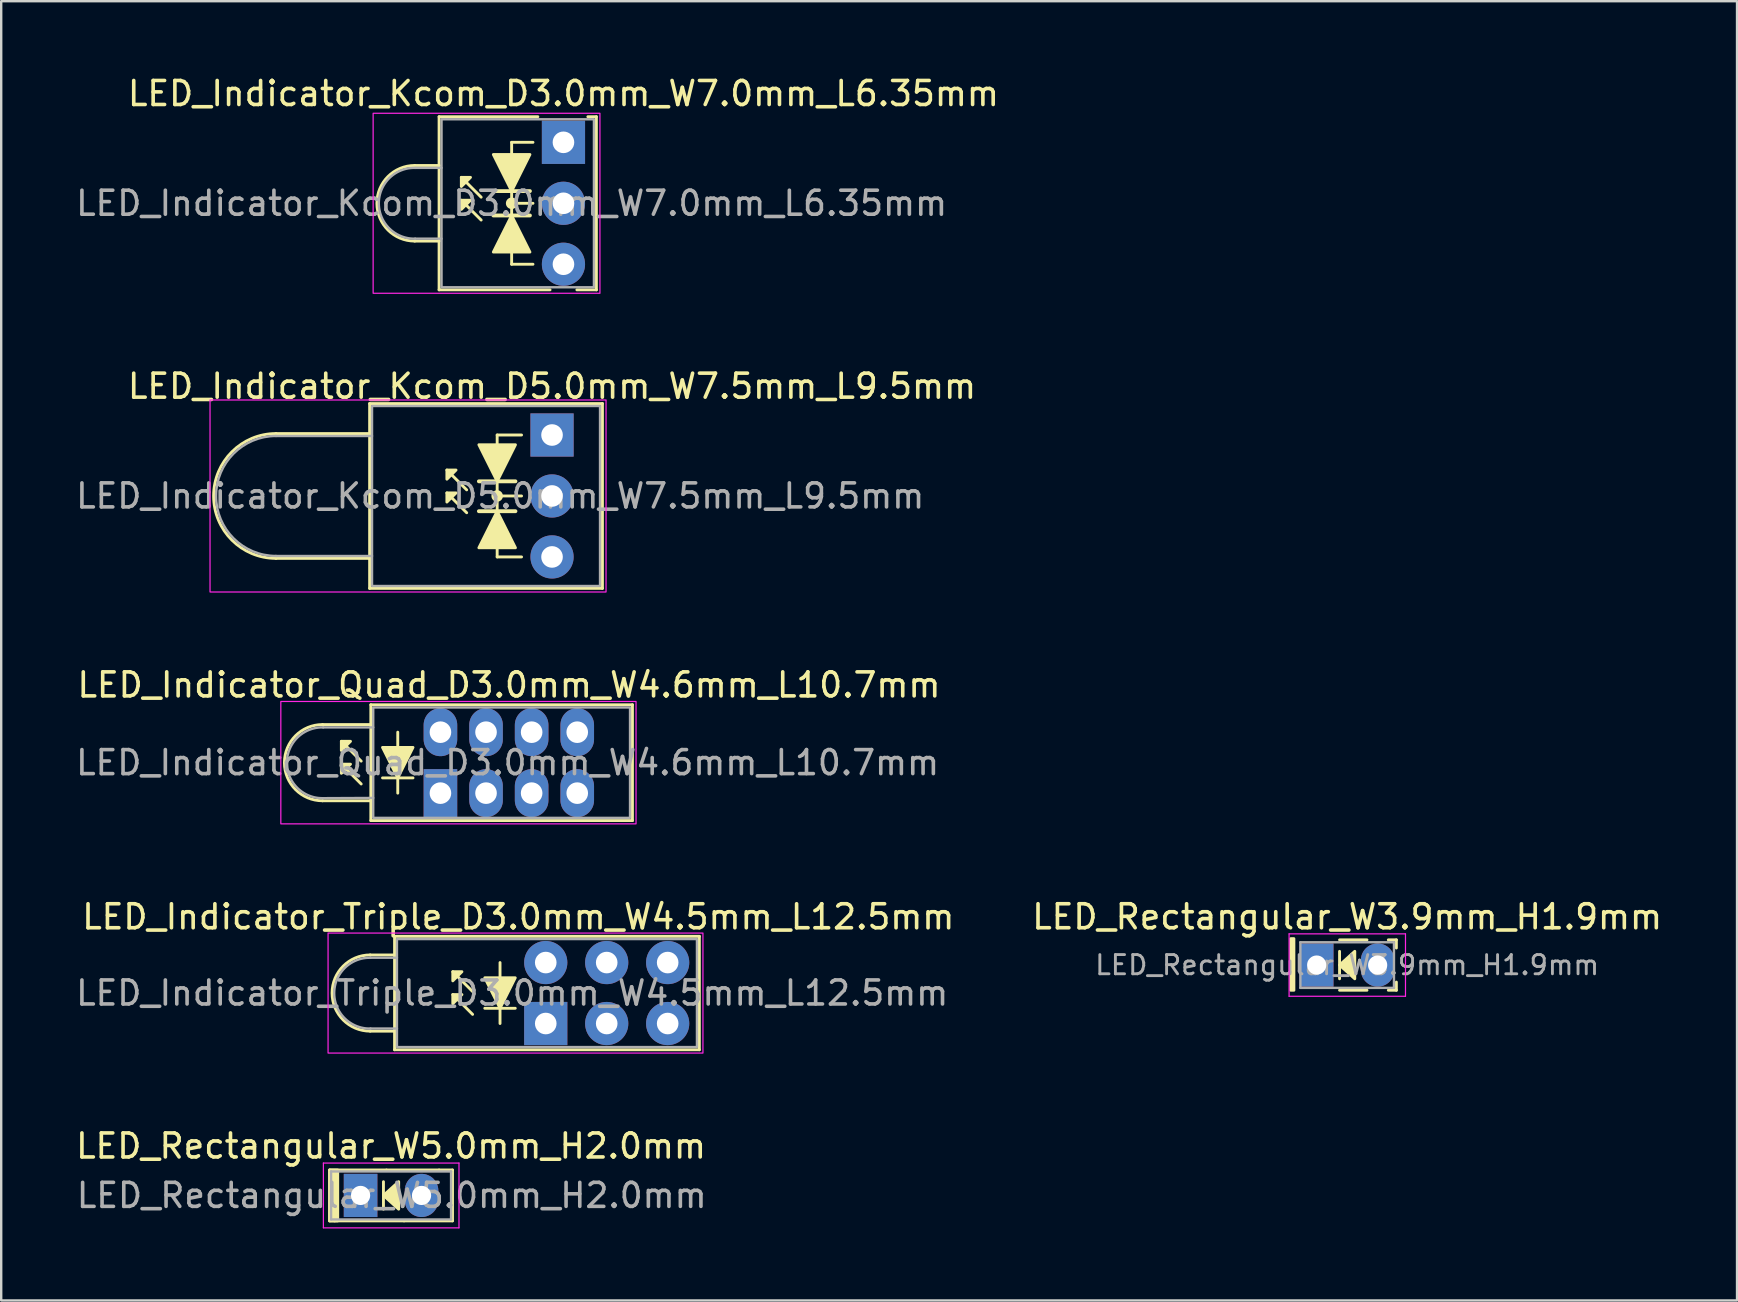
<source format=kicad_pcb>
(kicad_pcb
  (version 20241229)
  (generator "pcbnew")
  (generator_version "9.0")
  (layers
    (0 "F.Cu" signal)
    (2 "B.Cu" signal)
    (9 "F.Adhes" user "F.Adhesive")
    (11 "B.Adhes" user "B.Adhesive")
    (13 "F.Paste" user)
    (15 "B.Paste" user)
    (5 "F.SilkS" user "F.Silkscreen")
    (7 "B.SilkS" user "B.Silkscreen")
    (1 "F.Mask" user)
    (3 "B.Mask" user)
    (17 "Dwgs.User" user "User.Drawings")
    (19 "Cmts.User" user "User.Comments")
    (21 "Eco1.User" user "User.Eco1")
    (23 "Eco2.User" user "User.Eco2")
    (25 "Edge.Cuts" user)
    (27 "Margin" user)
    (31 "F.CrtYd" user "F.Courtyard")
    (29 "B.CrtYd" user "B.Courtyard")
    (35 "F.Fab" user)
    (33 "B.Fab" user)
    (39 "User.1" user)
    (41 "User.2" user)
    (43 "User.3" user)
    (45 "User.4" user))
  (footprint "LED_Indicator_Kcom_D5.0mm_W7.5mm_L9.5mm"
    (layer "F.Cu")
    (at 19.951 15.075)
    (property "Reference" "LED_Indicator_Kcom_D5.0mm_W7.5mm_L9.5mm" (at 0 -2.032 0) (layer "F.SilkS") (effects (font (size 1 1) (thickness 0.15))))
    (fp_line (start -11.5 -0.06) (end -7.6 -0.06) (stroke (width 0.12) (type default)) (layer "F.SilkS"))
    (fp_line (start -7.6 -1.31) (end 2.1 -1.31) (stroke (width 0.12) (type default)) (layer "F.SilkS"))
    (fp_line (start -7.6 -0.06) (end -7.6 -1.31) (stroke (width 0.12) (type default)) (layer "F.SilkS"))
    (fp_line (start -7.6 5.14) (end -11.5 5.14) (stroke (width 0.12) (type default)) (layer "F.SilkS"))
    (fp_line (start -7.6 5.14) (end -7.6 -0.06) (stroke (width 0.12) (type default)) (layer "F.SilkS"))
    (fp_line (start -7.6 6.39) (end -7.6 5.14) (stroke (width 0.12) (type default)) (layer "F.SilkS"))
    (fp_line (start -3.556 2.286) (end -4.381 1.46) (stroke (width 0.12) (type solid)) (layer "F.SilkS"))
    (fp_line (start -3.556 3.239) (end -4.381 2.413) (stroke (width 0.12) (type solid)) (layer "F.SilkS"))
    (fp_line (start -3.048 3.175) (end -1.524 3.175) (stroke (width 0.16) (type default)) (layer "F.SilkS"))
    (fp_line (start -2.286 0) (end -2.286 5.08) (stroke (width 0.12) (type default)) (layer "F.SilkS"))
    (fp_line (start -2.286 5.08) (end -1.27 5.08) (stroke (width 0.12) (type default)) (layer "F.SilkS"))
    (fp_line (start -1.524 1.93) (end -3.048 1.93) (stroke (width 0.16) (type default)) (layer "F.SilkS"))
    (fp_line (start -1.27 0) (end -2.286 0) (stroke (width 0.12) (type default)) (layer "F.SilkS"))
    (fp_line (start -1.27 2.54) (end -2.286 2.54) (stroke (width 0.12) (type default)) (layer "F.SilkS"))
    (fp_line (start 2.1 -1.31) (end 2.1 6.39) (stroke (width 0.12) (type default)) (layer "F.SilkS"))
    (fp_line (start 2.1 6.39) (end -7.6 6.39) (stroke (width 0.12) (type default)) (layer "F.SilkS"))
    (fp_arc (start -11.5 5.14) (mid -14.1 2.54) (end -11.5 -0.06) (stroke (width 0.12) (type default)) (layer "F.SilkS"))
    (fp_circle (center -2.286 2.54) (end -2.159 2.413) (stroke (width 0.12) (type default)) (fill yes) (layer "F.SilkS"))
    (fp_poly (pts (xy -4 1.46) (xy -4.381 1.841) (xy -4.381 1.46)) (stroke (width 0.12) (type solid)) (fill yes) (layer "F.SilkS"))
    (fp_poly (pts (xy -4 2.413) (xy -4.381 2.794) (xy -4.381 2.413)) (stroke (width 0.12) (type solid)) (fill yes) (layer "F.SilkS"))
    (fp_poly (pts (xy -2.286 1.93) (xy -3.048 0.406) (xy -1.524 0.406)) (stroke (width 0.12) (type solid)) (fill yes) (layer "F.SilkS"))
    (fp_poly (pts (xy -2.286 3.175) (xy -1.524 4.699) (xy -3.048 4.699)) (stroke (width 0.12) (type solid)) (fill yes) (layer "F.SilkS"))
    (fp_rect (start -14.25 -1.46) (end 2.25 6.54) (stroke (width 0.05) (type default)) (fill no) (layer "F.CrtYd"))
    (fp_line (start -11.5 0.04) (end -7.5 0.04) (stroke (width 0.1) (type default)) (layer "F.Fab"))
    (fp_line (start -11.5 5.04) (end -7.5 5.04) (stroke (width 0.1) (type default)) (layer "F.Fab"))
    (fp_rect (start -7.5 -1.21) (end 2 6.29) (stroke (width 0.1) (type default)) (fill no) (layer "F.Fab"))
    (fp_arc (start -11.5 5.04) (mid -14 2.54) (end -11.5 0.04) (stroke (width 0.1) (type default)) (layer "F.Fab"))
    (fp_text user "${REFERENCE}" (at -2.159 2.54 0) (layer "F.Fab") (effects (font (size 1 1) (thickness 0.15))))
    (pad "1" thru_hole rect (at 0 0) (size 1.8 1.8) (drill 0.9) (layers "*.Cu" "*.Mask"))
    (pad "2" thru_hole circle (at 0 2.54) (size 1.8 1.8) (drill 0.9) (layers "*.Cu" "*.Mask"))
    (pad "3" thru_hole circle (at 0 5.08) (size 1.8 1.8) (drill 0.9) (layers "*.Cu" "*.Mask")))
  (footprint "LED_Rectangular_W5.0mm_H2.0mm"
    (layer "F.Cu")
    (at 11.974 46.759)
    (property "Reference" "LED_Rectangular_W5.0mm_H2.0mm" (at 1.27 -2.06 0) (layer "F.SilkS") (effects (font (size 1 1) (thickness 0.15))))
    (fp_line (start -1.29 -1.06) (end -1.29 1.06) (stroke (width 0.12) (type solid)) (layer "F.SilkS"))
    (fp_line (start -1.29 -1.06) (end 1.08 -1.06) (stroke (width 0.12) (type solid)) (layer "F.SilkS"))
    (fp_line (start -1.29 1.06) (end -1.08 1.06) (stroke (width 0.12) (type solid)) (layer "F.SilkS"))
    (fp_line (start -1.08 1.06) (end 1.811 1.06) (stroke (width 0.12) (type solid)) (layer "F.SilkS"))
    (fp_line (start 0.953 -0.572) (end 0.953 0.572) (stroke (width 0.12) (type solid)) (layer "F.SilkS"))
    (fp_line (start 1.08 -1.06) (end 3.27 -1.06) (stroke (width 0.12) (type solid)) (layer "F.SilkS"))
    (fp_line (start 1.811 1.06) (end 3.83 1.06) (stroke (width 0.12) (type solid)) (layer "F.SilkS"))
    (fp_line (start 3.27 -1.06) (end 3.83 -1.06) (stroke (width 0.12) (type solid)) (layer "F.SilkS"))
    (fp_line (start 3.83 -1.06) (end 3.83 1.06) (stroke (width 0.12) (type solid)) (layer "F.SilkS"))
    (fp_rect (start -1.29 -1.06) (end -0.953 1.06) (stroke (width 0.12) (type solid)) (fill yes) (layer "F.SilkS"))
    (fp_poly (pts (xy 1.587 0.572) (xy 0.953 0) (xy 1.587 -0.572)) (stroke (width 0.12) (type solid)) (fill yes) (layer "F.SilkS"))
    (fp_line (start -1.55 -1.35) (end -1.55 1.35) (stroke (width 0.05) (type solid)) (layer "F.CrtYd"))
    (fp_line (start -1.55 1.35) (end 4.1 1.35) (stroke (width 0.05) (type solid)) (layer "F.CrtYd"))
    (fp_line (start 4.1 -1.35) (end -1.55 -1.35) (stroke (width 0.05) (type solid)) (layer "F.CrtYd"))
    (fp_line (start 4.1 1.35) (end 4.1 -1.35) (stroke (width 0.05) (type solid)) (layer "F.CrtYd"))
    (fp_line (start -1.23 -1) (end -1.23 1) (stroke (width 0.1) (type solid)) (layer "F.Fab"))
    (fp_line (start -1.23 1) (end 3.77 1) (stroke (width 0.1) (type solid)) (layer "F.Fab"))
    (fp_line (start 3.77 -1) (end -1.23 -1) (stroke (width 0.1) (type solid)) (layer "F.Fab"))
    (fp_line (start 3.77 1) (end 3.77 -1) (stroke (width 0.1) (type solid)) (layer "F.Fab"))
    (fp_text user "${REFERENCE}" (at 1.3 0 0) (layer "F.Fab") (effects (font (size 1 1) (thickness 0.15))))
    (pad "1" thru_hole rect (at 0 0) (size 1.4 1.8) (drill 0.8) (layers "*.Cu" "*.Mask"))
    (pad "2" thru_hole oval (at 2.54 0) (size 1.4 1.8) (drill 0.8) (layers "*.Cu" "*.Mask")))
  (footprint "LED_Indicator_Triple_D3.0mm_W4.5mm_L12.5mm"
    (layer "F.Cu")
    (at 19.689 39.596)
    (property "Reference" "LED_Indicator_Triple_D3.0mm_W4.5mm_L12.5mm" (at -1.143 -4.445 0) (layer "F.SilkS") (effects (font (size 1 1) (thickness 0.15))))
    (fp_line (start -6.299 -3.633) (end -6.299 1.093) (stroke (width 0.12) (type default)) (layer "F.SilkS"))
    (fp_line (start -6.299 -2.857) (end -7.315 -2.857) (stroke (width 0.12) (type default)) (layer "F.SilkS"))
    (fp_line (start -6.299 0.318) (end -7.315 0.318) (stroke (width 0.12) (type default)) (layer "F.SilkS"))
    (fp_line (start -6.299 1.093) (end 6.4 1.093) (stroke (width 0.12) (type default)) (layer "F.SilkS"))
    (fp_line (start -3.048 -1.333) (end -3.873 -2.159) (stroke (width 0.12) (type solid)) (layer "F.SilkS"))
    (fp_line (start -3.048 -0.381) (end -3.873 -1.206) (stroke (width 0.12) (type solid)) (layer "F.SilkS"))
    (fp_line (start -2.54 -0.635) (end -1.27 -0.635) (stroke (width 0.12) (type solid)) (layer "F.SilkS"))
    (fp_line (start -1.905 -2.54) (end -1.905 -1.905) (stroke (width 0.12) (type solid)) (layer "F.SilkS"))
    (fp_line (start -1.905 -0.635) (end -1.905 0) (stroke (width 0.12) (type solid)) (layer "F.SilkS"))
    (fp_line (start 6.4 -3.633) (end -6.299 -3.633) (stroke (width 0.12) (type default)) (layer "F.SilkS"))
    (fp_line (start 6.4 1.093) (end 6.4 -3.633) (stroke (width 0.12) (type default)) (layer "F.SilkS"))
    (fp_arc (start -7.315 0.3175) (mid -8.9025 -1.27) (end -7.315 -2.8575) (stroke (width 0.12) (type default)) (layer "F.SilkS"))
    (fp_poly (pts (xy -3.493 -2.159) (xy -3.873 -1.778) (xy -3.873 -2.159)) (stroke (width 0.12) (type solid)) (fill yes) (layer "F.SilkS"))
    (fp_poly (pts (xy -3.493 -1.206) (xy -3.873 -0.826) (xy -3.873 -1.206)) (stroke (width 0.12) (type solid)) (fill yes) (layer "F.SilkS"))
    (fp_poly (pts (xy -1.27 -1.905) (xy -1.905 -0.635) (xy -2.54 -1.905)) (stroke (width 0.12) (type solid)) (fill yes) (layer "F.SilkS"))
    (fp_rect (start -9.07 -3.77) (end 6.55 1.23) (stroke (width 0.05) (type default)) (fill no) (layer "F.CrtYd"))
    (fp_line (start -6.2 -2.74) (end -7.3 -2.74) (stroke (width 0.1) (type default)) (layer "F.Fab"))
    (fp_line (start -6.2 0.21) (end -7.3 0.21) (stroke (width 0.1) (type default)) (layer "F.Fab"))
    (fp_rect (start -6.2 -3.52) (end 6.3 0.98) (stroke (width 0.1) (type default)) (fill no) (layer "F.Fab"))
    (fp_arc (start -7.3 0.21) (mid -8.815305 -1.265) (end -7.3 -2.74) (stroke (width 0.1) (type default)) (layer "F.Fab"))
    (fp_text user "${REFERENCE}" (at -1.397 -1.27 0) (layer "F.Fab") (effects (font (size 1 1) (thickness 0.15))))
    (pad "1" thru_hole rect (at 0 0) (size 1.8 1.8) (drill 0.9) (layers "*.Cu" "*.Mask"))
    (pad "2" thru_hole circle (at 2.54 0) (size 1.8 1.8) (drill 0.9) (layers "*.Cu" "*.Mask"))
    (pad "3" thru_hole circle (at 5.08 0) (size 1.8 1.8) (drill 0.9) (layers "*.Cu" "*.Mask"))
    (pad "4" thru_hole oval (at 5.08 -2.54) (size 1.8 1.8) (drill 0.9) (layers "*.Cu" "*.Mask"))
    (pad "5" thru_hole oval (at 2.54 -2.54) (size 1.8 1.8) (drill 0.9) (layers "*.Cu" "*.Mask"))
    (pad "6" thru_hole oval (at 0 -2.54) (size 1.8 1.8) (drill 0.9) (layers "*.Cu" "*.Mask")))
  (footprint "LED_Indicator_Quad_D3.0mm_W4.6mm_L10.7mm"
    (layer "F.Cu")
    (at 15.301 29.997)
    (property "Reference" "LED_Indicator_Quad_D3.0mm_W4.6mm_L10.7mm" (at 2.857 -4.508 0) (layer "F.SilkS") (effects (font (size 1 1) (thickness 0.15))))
    (fp_line (start -3.302 -1.333) (end -4.128 -2.159) (stroke (width 0.12) (type solid)) (layer "F.SilkS"))
    (fp_line (start -3.302 -0.381) (end -4.128 -1.206) (stroke (width 0.12) (type solid)) (layer "F.SilkS"))
    (fp_line (start -2.9 -3.683) (end -2.9 1.143) (stroke (width 0.12) (type default)) (layer "F.SilkS"))
    (fp_line (start -2.9 -2.857) (end -4.912 -2.857) (stroke (width 0.12) (type default)) (layer "F.SilkS"))
    (fp_line (start -2.9 0.318) (end -4.912 0.318) (stroke (width 0.12) (type default)) (layer "F.SilkS"))
    (fp_line (start -2.9 1.143) (end 8 1.143) (stroke (width 0.12) (type default)) (layer "F.SilkS"))
    (fp_line (start -2.413 -0.635) (end -1.143 -0.635) (stroke (width 0.12) (type solid)) (layer "F.SilkS"))
    (fp_line (start -1.778 -2.54) (end -1.778 -1.905) (stroke (width 0.12) (type solid)) (layer "F.SilkS"))
    (fp_line (start -1.778 -0.635) (end -1.778 0) (stroke (width 0.12) (type solid)) (layer "F.SilkS"))
    (fp_line (start 8 -3.683) (end -2.9 -3.683) (stroke (width 0.12) (type default)) (layer "F.SilkS"))
    (fp_line (start 8 1.143) (end 8 -3.683) (stroke (width 0.12) (type default)) (layer "F.SilkS"))
    (fp_arc (start -4.9125 0.3175) (mid -6.5 -1.27) (end -4.9125 -2.8575) (stroke (width 0.12) (type default)) (layer "F.SilkS"))
    (fp_poly (pts (xy -3.747 -2.159) (xy -4.128 -1.778) (xy -4.128 -2.159)) (stroke (width 0.12) (type solid)) (fill yes) (layer "F.SilkS"))
    (fp_poly (pts (xy -3.747 -1.206) (xy -4.128 -0.826) (xy -4.128 -1.206)) (stroke (width 0.12) (type solid)) (fill yes) (layer "F.SilkS"))
    (fp_poly (pts (xy -1.143 -1.905) (xy -1.778 -0.635) (xy -2.413 -1.905)) (stroke (width 0.12) (type solid)) (fill yes) (layer "F.SilkS"))
    (fp_rect (start -6.65 -3.82) (end 8.15 1.28) (stroke (width 0.05) (type default)) (fill no) (layer "F.CrtYd"))
    (fp_line (start -2.8 -2.74) (end -4.885 -2.74) (stroke (width 0.1) (type default)) (layer "F.Fab"))
    (fp_line (start -2.8 0.2) (end -4.885 0.21) (stroke (width 0.1) (type default)) (layer "F.Fab"))
    (fp_rect (start -2.8 -3.57) (end 7.9 1.03) (stroke (width 0.1) (type default)) (fill no) (layer "F.Fab"))
    (fp_arc (start -4.884695 0.21) (mid -6.4 -1.265) (end -4.884695 -2.74) (stroke (width 0.1) (type default)) (layer "F.Fab"))
    (fp_text user "${REFERENCE}" (at 2.8 -1.27 0) (layer "F.Fab") (effects (font (size 1 1) (thickness 0.15))))
    (pad "1" thru_hole rect (at 0 0) (size 1.4 2) (drill 0.9) (layers "*.Cu" "*.Mask"))
    (pad "2" thru_hole oval (at 1.9 0) (size 1.4 2) (drill 0.9) (layers "*.Cu" "*.Mask"))
    (pad "3" thru_hole oval (at 3.8 0) (size 1.4 2) (drill 0.9) (layers "*.Cu" "*.Mask"))
    (pad "4" thru_hole oval (at 5.7 0) (size 1.4 2) (drill 0.9) (layers "*.Cu" "*.Mask"))
    (pad "5" thru_hole oval (at 5.7 -2.54) (size 1.4 2) (drill 0.9) (layers "*.Cu" "*.Mask"))
    (pad "6" thru_hole oval (at 3.8 -2.54) (size 1.4 2) (drill 0.9) (layers "*.Cu" "*.Mask"))
    (pad "7" thru_hole oval (at 1.9 -2.54) (size 1.4 2) (drill 0.9) (layers "*.Cu" "*.Mask"))
    (pad "8" thru_hole oval (at 0 -2.54) (size 1.4 2) (drill 0.9) (layers "*.Cu" "*.Mask")))
  (footprint "LED_Indicator_Kcom_D3.0mm_W7.0mm_L6.35mm"
    (layer "F.Cu")
    (at 20.427 2.88)
    (property "Reference" "LED_Indicator_Kcom_D3.0mm_W7.0mm_L6.35mm" (at 0 -2.032 0) (layer "F.SilkS") (effects (font (size 1 1) (thickness 0.15))))
    (fp_line (start -5.182 -1.067) (end -5.182 0.965) (stroke (width 0.12) (type default)) (layer "F.SilkS"))
    (fp_line (start -5.182 -1.067) (end -1.067 -1.067) (stroke (width 0.12) (type default)) (layer "F.SilkS"))
    (fp_line (start -5.182 0.965) (end -6.198 0.965) (stroke (width 0.12) (type default)) (layer "F.SilkS"))
    (fp_line (start -5.182 4.115) (end -6.198 4.115) (stroke (width 0.12) (type default)) (layer "F.SilkS"))
    (fp_line (start -5.182 4.115) (end -5.182 0.965) (stroke (width 0.12) (type default)) (layer "F.SilkS"))
    (fp_line (start -5.182 6.147) (end -5.182 4.115) (stroke (width 0.12) (type default)) (layer "F.SilkS"))
    (fp_line (start -3.429 2.286) (end -4.255 1.46) (stroke (width 0.12) (type solid)) (layer "F.SilkS"))
    (fp_line (start -3.429 3.239) (end -4.255 2.413) (stroke (width 0.12) (type solid)) (layer "F.SilkS"))
    (fp_line (start -2.159 0) (end -2.159 0.508) (stroke (width 0.12) (type default)) (layer "F.SilkS"))
    (fp_line (start -2.159 2.032) (end -2.921 2.032) (stroke (width 0.16) (type default)) (layer "F.SilkS"))
    (fp_line (start -2.159 2.032) (end -2.159 2.54) (stroke (width 0.12) (type default)) (layer "F.SilkS"))
    (fp_line (start -2.159 2.032) (end -1.397 2.032) (stroke (width 0.16) (type default)) (layer "F.SilkS"))
    (fp_line (start -2.159 2.54) (end -1.27 2.54) (stroke (width 0.12) (type default)) (layer "F.SilkS"))
    (fp_line (start -2.159 3.048) (end -2.921 3.048) (stroke (width 0.16) (type default)) (layer "F.SilkS"))
    (fp_line (start -2.159 3.048) (end -2.159 2.54) (stroke (width 0.12) (type default)) (layer "F.SilkS"))
    (fp_line (start -2.159 3.048) (end -1.397 3.048) (stroke (width 0.16) (type default)) (layer "F.SilkS"))
    (fp_line (start -2.159 5.08) (end -2.159 4.572) (stroke (width 0.12) (type default)) (layer "F.SilkS"))
    (fp_line (start -2.159 5.08) (end -1.27 5.08) (stroke (width 0.12) (type default)) (layer "F.SilkS"))
    (fp_line (start -1.27 0) (end -2.159 0) (stroke (width 0.12) (type default)) (layer "F.SilkS"))
    (fp_line (start -0.559 6.147) (end -5.182 6.147) (stroke (width 0.12) (type default)) (layer "F.SilkS"))
    (fp_line (start 1.016 -1.067) (end 1.372 -1.067) (stroke (width 0.12) (type default)) (layer "F.SilkS"))
    (fp_line (start 1.372 -1.067) (end 1.372 6.147) (stroke (width 0.12) (type default)) (layer "F.SilkS"))
    (fp_line (start 1.372 6.147) (end 0.559 6.147) (stroke (width 0.12) (type default)) (layer "F.SilkS"))
    (fp_arc (start -6.1976 4.1148) (mid -7.7724 2.54) (end -6.1976 0.9652) (stroke (width 0.12) (type default)) (layer "F.SilkS"))
    (fp_circle (center -2.159 2.54) (end -2.032 2.413) (stroke (width 0.12) (type default)) (fill yes) (layer "F.SilkS"))
    (fp_poly (pts (xy -3.873 1.46) (xy -4.255 1.841) (xy -4.255 1.46)) (stroke (width 0.12) (type solid)) (fill yes) (layer "F.SilkS"))
    (fp_poly (pts (xy -3.873 2.413) (xy -4.255 2.794) (xy -4.255 2.413)) (stroke (width 0.12) (type solid)) (fill yes) (layer "F.SilkS"))
    (fp_poly (pts (xy -2.159 2.032) (xy -2.921 0.508) (xy -1.397 0.508)) (stroke (width 0.12) (type solid)) (fill yes) (layer "F.SilkS"))
    (fp_poly (pts (xy -2.159 3.048) (xy -1.397 4.572) (xy -2.921 4.572)) (stroke (width 0.12) (type solid)) (fill yes) (layer "F.SilkS"))
    (fp_rect (start -7.93 -1.21) (end 1.52 6.29) (stroke (width 0.05) (type default)) (fill no) (layer "F.CrtYd"))
    (fp_line (start -5.08 1.065) (end -6.18 1.065) (stroke (width 0.1) (type default)) (layer "F.Fab"))
    (fp_line (start -5.08 4.015) (end -6.18 4.015) (stroke (width 0.1) (type default)) (layer "F.Fab"))
    (fp_rect (start -5.08 -0.96) (end 1.27 6.04) (stroke (width 0.1) (type default)) (fill no) (layer "F.Fab"))
    (fp_arc (start -6.18 4.015) (mid -7.695305 2.54) (end -6.18 1.065) (stroke (width 0.1) (type default)) (layer "F.Fab"))
    (fp_text user "${REFERENCE}" (at -2.159 2.54 0) (layer "F.Fab") (effects (font (size 1 1) (thickness 0.15))))
    (pad "1" thru_hole rect (at 0 0) (size 1.8 1.8) (drill 0.9) (layers "*.Cu" "*.Mask"))
    (pad "2" thru_hole circle (at 0 2.54) (size 1.8 1.8) (drill 0.9) (layers "*.Cu" "*.Mask"))
    (pad "3" thru_hole circle (at 0 5.08) (size 1.8 1.8) (drill 0.9) (layers "*.Cu" "*.Mask")))
  (footprint "LED_Rectangular_W3.9mm_H1.9mm"
    (layer "F.Cu")
    (at 51.811 37.16)
    (property "Reference" "LED_Rectangular_W3.9mm_H1.9mm" (at 1.27 -2.01 0) (layer "F.SilkS") (effects (font (size 1 1) (thickness 0.15))))
    (fp_line (start 0.953 -0.572) (end 0.953 0.572) (stroke (width 0.12) (type solid)) (layer "F.SilkS"))
    (fp_line (start 2.095 -1.05) (end 0.953 -1.05) (stroke (width 0.12) (type solid)) (layer "F.SilkS"))
    (fp_line (start 2.095 1.05) (end 0.953 1.05) (stroke (width 0.12) (type solid)) (layer "F.SilkS"))
    (fp_line (start 2.985 -1.05) (end 3.32 -1.05) (stroke (width 0.12) (type solid)) (layer "F.SilkS"))
    (fp_line (start 3.32 -1.05) (end 3.32 -0.71) (stroke (width 0.12) (type solid)) (layer "F.SilkS"))
    (fp_line (start 3.32 1.05) (end 2.985 1.05) (stroke (width 0.12) (type solid)) (layer "F.SilkS"))
    (fp_line (start 3.32 1.05) (end 3.32 0.71) (stroke (width 0.12) (type solid)) (layer "F.SilkS"))
    (fp_rect (start -1.079 -1.1) (end -0.95 1.05) (stroke (width 0.12) (type solid)) (fill yes) (layer "F.SilkS"))
    (fp_poly (pts (xy 1.587 0.572) (xy 0.953 0) (xy 1.587 -0.572)) (stroke (width 0.12) (type solid)) (fill yes) (layer "F.SilkS"))
    (fp_line (start -1.15 -1.3) (end -1.15 1.3) (stroke (width 0.05) (type solid)) (layer "F.CrtYd"))
    (fp_line (start -1.15 1.3) (end 3.7 1.3) (stroke (width 0.05) (type solid)) (layer "F.CrtYd"))
    (fp_line (start 3.7 -1.3) (end -1.15 -1.3) (stroke (width 0.05) (type solid)) (layer "F.CrtYd"))
    (fp_line (start 3.7 1.3) (end 3.7 -1.3) (stroke (width 0.05) (type solid)) (layer "F.CrtYd"))
    (fp_line (start -0.68 -0.95) (end -0.68 0.95) (stroke (width 0.1) (type solid)) (layer "F.Fab"))
    (fp_line (start -0.68 0.95) (end 3.22 0.95) (stroke (width 0.1) (type solid)) (layer "F.Fab"))
    (fp_line (start 3.22 -0.95) (end -0.68 -0.95) (stroke (width 0.1) (type solid)) (layer "F.Fab"))
    (fp_line (start 3.22 0.95) (end 3.22 -0.95) (stroke (width 0.1) (type solid)) (layer "F.Fab"))
    (fp_text user "${REFERENCE}" (at 1.27 0 0) (layer "F.Fab") (effects (font (size 0.8 0.8) (thickness 0.12))))
    (pad "1" thru_hole rect (at 0 0) (size 1.4 1.8) (drill 0.8) (layers "*.Cu" "*.Mask"))
    (pad "2" thru_hole oval (at 2.54 0) (size 1.4 1.8) (drill 0.8) (layers "*.Cu" "*.Mask")))
  (gr_rect
    (start -3 -3)
    (end 69.325 51.134)
    (stroke (width 0.1) (type default))
    (fill no)
    (layer "Edge.Cuts")))
</source>
